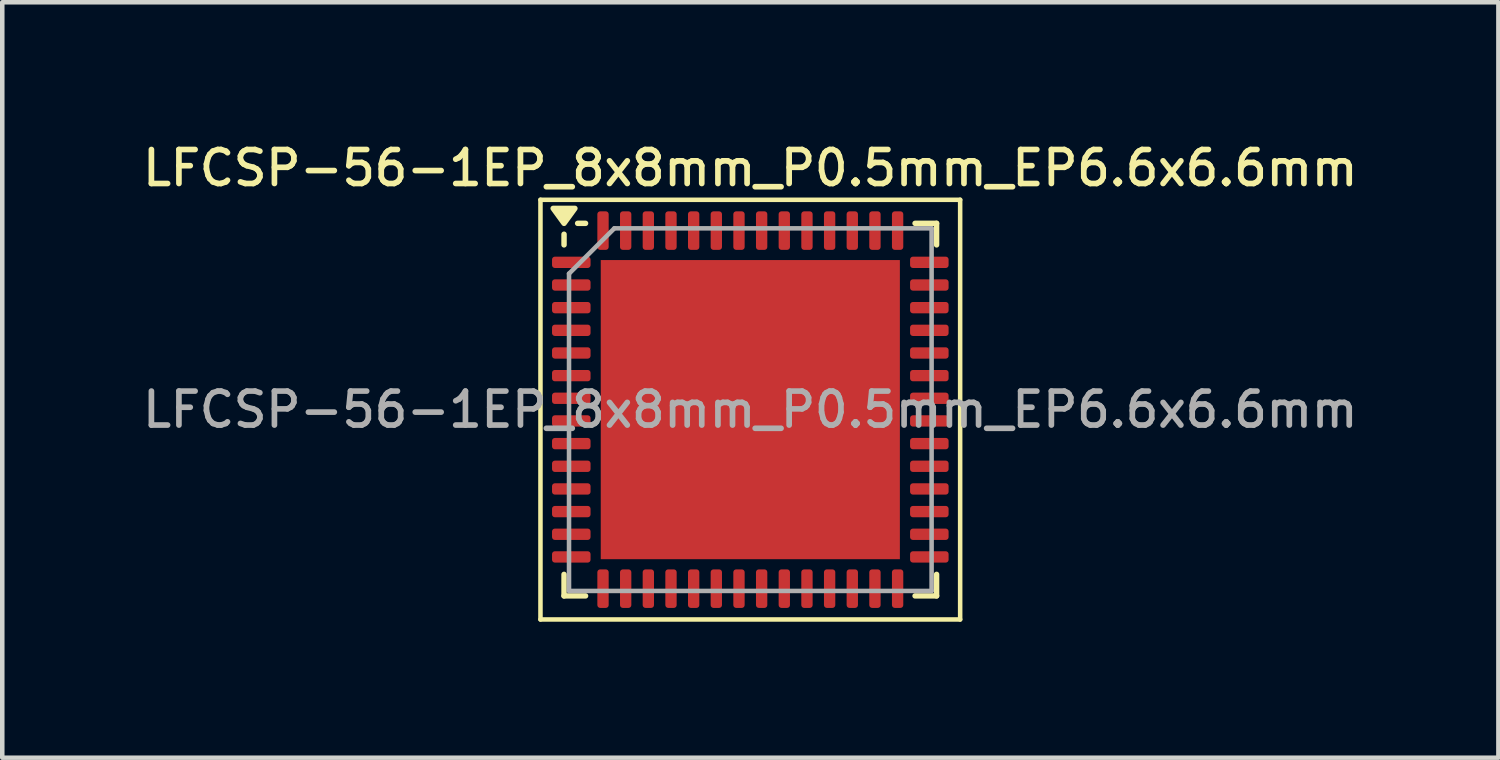
<source format=kicad_pcb>
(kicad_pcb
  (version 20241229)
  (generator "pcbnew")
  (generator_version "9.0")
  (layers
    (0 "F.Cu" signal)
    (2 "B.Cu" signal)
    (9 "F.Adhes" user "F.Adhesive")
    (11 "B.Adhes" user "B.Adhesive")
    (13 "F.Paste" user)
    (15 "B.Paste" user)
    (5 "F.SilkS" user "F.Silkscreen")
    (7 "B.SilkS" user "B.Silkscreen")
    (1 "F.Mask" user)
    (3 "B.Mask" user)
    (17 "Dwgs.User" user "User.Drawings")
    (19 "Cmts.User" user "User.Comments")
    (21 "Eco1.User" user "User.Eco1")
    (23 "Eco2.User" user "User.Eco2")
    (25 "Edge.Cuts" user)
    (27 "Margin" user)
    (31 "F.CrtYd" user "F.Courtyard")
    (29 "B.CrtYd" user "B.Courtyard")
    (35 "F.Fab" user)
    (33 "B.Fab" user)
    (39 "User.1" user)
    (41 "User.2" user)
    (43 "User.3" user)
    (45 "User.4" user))
  (footprint "LFCSP-56-1EP_8x8mm_P0.5mm_EP6.6x6.6mm"
    (layer "F.Cu")
    (at 13.505 5.988)
    (property "Reference" "LFCSP-56-1EP_8x8mm_P0.5mm_EP6.6x6.6mm" (at 0 -5.33 0) (layer "F.SilkS") (effects (font (size 0.75 0.75) (thickness 0.125))))
    (attr smd)
    (fp_line (start -4.63 -4.63) (end -4.63 4.63) (stroke (width 0.1) (type solid)) (layer "F.SilkS"))
    (fp_line (start -4.63 4.63) (end 4.63 4.63) (stroke (width 0.1) (type solid)) (layer "F.SilkS"))
    (fp_line (start -4.11 -3.635) (end -4.11 -3.87) (stroke (width 0.12) (type solid)) (layer "F.SilkS"))
    (fp_line (start -4.11 4.11) (end -4.11 3.635) (stroke (width 0.12) (type solid)) (layer "F.SilkS"))
    (fp_line (start -3.635 -4.11) (end -3.81 -4.11) (stroke (width 0.12) (type solid)) (layer "F.SilkS"))
    (fp_line (start -3.635 4.11) (end -4.11 4.11) (stroke (width 0.12) (type solid)) (layer "F.SilkS"))
    (fp_line (start 3.635 -4.11) (end 4.11 -4.11) (stroke (width 0.12) (type solid)) (layer "F.SilkS"))
    (fp_line (start 3.635 4.11) (end 4.11 4.11) (stroke (width 0.12) (type solid)) (layer "F.SilkS"))
    (fp_line (start 4.11 -4.11) (end 4.11 -3.635) (stroke (width 0.12) (type solid)) (layer "F.SilkS"))
    (fp_line (start 4.11 4.11) (end 4.11 3.635) (stroke (width 0.12) (type solid)) (layer "F.SilkS"))
    (fp_line (start 4.63 -4.63) (end -4.63 -4.63) (stroke (width 0.1) (type solid)) (layer "F.SilkS"))
    (fp_line (start 4.63 4.63) (end 4.63 -4.63) (stroke (width 0.1) (type solid)) (layer "F.SilkS"))
    (fp_poly (pts (xy -4.11 -4.11) (xy -4.35 -4.44) (xy -3.87 -4.44) (xy -4.11 -4.11)) (stroke (width 0.12) (type solid)) (fill yes) (layer "F.SilkS"))
    (fp_line (start -4 -3) (end -3 -4) (stroke (width 0.1) (type solid)) (layer "F.Fab"))
    (fp_line (start -4 4) (end -4 -3) (stroke (width 0.1) (type solid)) (layer "F.Fab"))
    (fp_line (start -3 -4) (end 4 -4) (stroke (width 0.1) (type solid)) (layer "F.Fab"))
    (fp_line (start 4 -4) (end 4 4) (stroke (width 0.1) (type solid)) (layer "F.Fab"))
    (fp_line (start 4 4) (end -4 4) (stroke (width 0.1) (type solid)) (layer "F.Fab"))
    (fp_text user "${REFERENCE}" (at 0 0 0) (layer "F.Fab") (effects (font (size 0.75 0.75) (thickness 0.125))))
    (pad "" smd roundrect (at -2.2 -2.2) (size 1.77 1.77) (layers "F.Paste") (roundrect_rratio 0.141))
    (pad "" smd roundrect (at -2.2 0) (size 1.77 1.77) (layers "F.Paste") (roundrect_rratio 0.141))
    (pad "" smd roundrect (at -2.2 2.2) (size 1.77 1.77) (layers "F.Paste") (roundrect_rratio 0.141))
    (pad "" smd roundrect (at 0 -2.2) (size 1.77 1.77) (layers "F.Paste") (roundrect_rratio 0.141))
    (pad "" smd roundrect (at 0 0) (size 1.77 1.77) (layers "F.Paste") (roundrect_rratio 0.141))
    (pad "" smd roundrect (at 0 2.2) (size 1.77 1.77) (layers "F.Paste") (roundrect_rratio 0.141))
    (pad "" smd roundrect (at 2.2 -2.2) (size 1.77 1.77) (layers "F.Paste") (roundrect_rratio 0.141))
    (pad "" smd roundrect (at 2.2 0) (size 1.77 1.77) (layers "F.Paste") (roundrect_rratio 0.141))
    (pad "" smd roundrect (at 2.2 2.2) (size 1.77 1.77) (layers "F.Paste") (roundrect_rratio 0.141))
    (pad "1" smd roundrect (at -3.95 -3.25) (size 0.85 0.25) (layers "F.Cu" "F.Mask" "F.Paste") (roundrect_rratio 0.25))
    (pad "2" smd roundrect (at -3.95 -2.75) (size 0.85 0.25) (layers "F.Cu" "F.Mask" "F.Paste") (roundrect_rratio 0.25))
    (pad "3" smd roundrect (at -3.95 -2.25) (size 0.85 0.25) (layers "F.Cu" "F.Mask" "F.Paste") (roundrect_rratio 0.25))
    (pad "4" smd roundrect (at -3.95 -1.75) (size 0.85 0.25) (layers "F.Cu" "F.Mask" "F.Paste") (roundrect_rratio 0.25))
    (pad "5" smd roundrect (at -3.95 -1.25) (size 0.85 0.25) (layers "F.Cu" "F.Mask" "F.Paste") (roundrect_rratio 0.25))
    (pad "6" smd roundrect (at -3.95 -0.75) (size 0.85 0.25) (layers "F.Cu" "F.Mask" "F.Paste") (roundrect_rratio 0.25))
    (pad "7" smd roundrect (at -3.95 -0.25) (size 0.85 0.25) (layers "F.Cu" "F.Mask" "F.Paste") (roundrect_rratio 0.25))
    (pad "8" smd roundrect (at -3.95 0.25) (size 0.85 0.25) (layers "F.Cu" "F.Mask" "F.Paste") (roundrect_rratio 0.25))
    (pad "9" smd roundrect (at -3.95 0.75) (size 0.85 0.25) (layers "F.Cu" "F.Mask" "F.Paste") (roundrect_rratio 0.25))
    (pad "10" smd roundrect (at -3.95 1.25) (size 0.85 0.25) (layers "F.Cu" "F.Mask" "F.Paste") (roundrect_rratio 0.25))
    (pad "11" smd roundrect (at -3.95 1.75) (size 0.85 0.25) (layers "F.Cu" "F.Mask" "F.Paste") (roundrect_rratio 0.25))
    (pad "12" smd roundrect (at -3.95 2.25) (size 0.85 0.25) (layers "F.Cu" "F.Mask" "F.Paste") (roundrect_rratio 0.25))
    (pad "13" smd roundrect (at -3.95 2.75) (size 0.85 0.25) (layers "F.Cu" "F.Mask" "F.Paste") (roundrect_rratio 0.25))
    (pad "14" smd roundrect (at -3.95 3.25) (size 0.85 0.25) (layers "F.Cu" "F.Mask" "F.Paste") (roundrect_rratio 0.25))
    (pad "15" smd roundrect (at -3.25 3.95) (size 0.25 0.85) (layers "F.Cu" "F.Mask" "F.Paste") (roundrect_rratio 0.25))
    (pad "16" smd roundrect (at -2.75 3.95) (size 0.25 0.85) (layers "F.Cu" "F.Mask" "F.Paste") (roundrect_rratio 0.25))
    (pad "17" smd roundrect (at -2.25 3.95) (size 0.25 0.85) (layers "F.Cu" "F.Mask" "F.Paste") (roundrect_rratio 0.25))
    (pad "18" smd roundrect (at -1.75 3.95) (size 0.25 0.85) (layers "F.Cu" "F.Mask" "F.Paste") (roundrect_rratio 0.25))
    (pad "19" smd roundrect (at -1.25 3.95) (size 0.25 0.85) (layers "F.Cu" "F.Mask" "F.Paste") (roundrect_rratio 0.25))
    (pad "20" smd roundrect (at -0.75 3.95) (size 0.25 0.85) (layers "F.Cu" "F.Mask" "F.Paste") (roundrect_rratio 0.25))
    (pad "21" smd roundrect (at -0.25 3.95) (size 0.25 0.85) (layers "F.Cu" "F.Mask" "F.Paste") (roundrect_rratio 0.25))
    (pad "22" smd roundrect (at 0.25 3.95) (size 0.25 0.85) (layers "F.Cu" "F.Mask" "F.Paste") (roundrect_rratio 0.25))
    (pad "23" smd roundrect (at 0.75 3.95) (size 0.25 0.85) (layers "F.Cu" "F.Mask" "F.Paste") (roundrect_rratio 0.25))
    (pad "24" smd roundrect (at 1.25 3.95) (size 0.25 0.85) (layers "F.Cu" "F.Mask" "F.Paste") (roundrect_rratio 0.25))
    (pad "25" smd roundrect (at 1.75 3.95) (size 0.25 0.85) (layers "F.Cu" "F.Mask" "F.Paste") (roundrect_rratio 0.25))
    (pad "26" smd roundrect (at 2.25 3.95) (size 0.25 0.85) (layers "F.Cu" "F.Mask" "F.Paste") (roundrect_rratio 0.25))
    (pad "27" smd roundrect (at 2.75 3.95) (size 0.25 0.85) (layers "F.Cu" "F.Mask" "F.Paste") (roundrect_rratio 0.25))
    (pad "28" smd roundrect (at 3.25 3.95) (size 0.25 0.85) (layers "F.Cu" "F.Mask" "F.Paste") (roundrect_rratio 0.25))
    (pad "29" smd roundrect (at 3.95 3.25) (size 0.85 0.25) (layers "F.Cu" "F.Mask" "F.Paste") (roundrect_rratio 0.25))
    (pad "30" smd roundrect (at 3.95 2.75) (size 0.85 0.25) (layers "F.Cu" "F.Mask" "F.Paste") (roundrect_rratio 0.25))
    (pad "31" smd roundrect (at 3.95 2.25) (size 0.85 0.25) (layers "F.Cu" "F.Mask" "F.Paste") (roundrect_rratio 0.25))
    (pad "32" smd roundrect (at 3.95 1.75) (size 0.85 0.25) (layers "F.Cu" "F.Mask" "F.Paste") (roundrect_rratio 0.25))
    (pad "33" smd roundrect (at 3.95 1.25) (size 0.85 0.25) (layers "F.Cu" "F.Mask" "F.Paste") (roundrect_rratio 0.25))
    (pad "34" smd roundrect (at 3.95 0.75) (size 0.85 0.25) (layers "F.Cu" "F.Mask" "F.Paste") (roundrect_rratio 0.25))
    (pad "35" smd roundrect (at 3.95 0.25) (size 0.85 0.25) (layers "F.Cu" "F.Mask" "F.Paste") (roundrect_rratio 0.25))
    (pad "36" smd roundrect (at 3.95 -0.25) (size 0.85 0.25) (layers "F.Cu" "F.Mask" "F.Paste") (roundrect_rratio 0.25))
    (pad "37" smd roundrect (at 3.95 -0.75) (size 0.85 0.25) (layers "F.Cu" "F.Mask" "F.Paste") (roundrect_rratio 0.25))
    (pad "38" smd roundrect (at 3.95 -1.25) (size 0.85 0.25) (layers "F.Cu" "F.Mask" "F.Paste") (roundrect_rratio 0.25))
    (pad "39" smd roundrect (at 3.95 -1.75) (size 0.85 0.25) (layers "F.Cu" "F.Mask" "F.Paste") (roundrect_rratio 0.25))
    (pad "40" smd roundrect (at 3.95 -2.25) (size 0.85 0.25) (layers "F.Cu" "F.Mask" "F.Paste") (roundrect_rratio 0.25))
    (pad "41" smd roundrect (at 3.95 -2.75) (size 0.85 0.25) (layers "F.Cu" "F.Mask" "F.Paste") (roundrect_rratio 0.25))
    (pad "42" smd roundrect (at 3.95 -3.25) (size 0.85 0.25) (layers "F.Cu" "F.Mask" "F.Paste") (roundrect_rratio 0.25))
    (pad "43" smd roundrect (at 3.25 -3.95) (size 0.25 0.85) (layers "F.Cu" "F.Mask" "F.Paste") (roundrect_rratio 0.25))
    (pad "44" smd roundrect (at 2.75 -3.95) (size 0.25 0.85) (layers "F.Cu" "F.Mask" "F.Paste") (roundrect_rratio 0.25))
    (pad "45" smd roundrect (at 2.25 -3.95) (size 0.25 0.85) (layers "F.Cu" "F.Mask" "F.Paste") (roundrect_rratio 0.25))
    (pad "46" smd roundrect (at 1.75 -3.95) (size 0.25 0.85) (layers "F.Cu" "F.Mask" "F.Paste") (roundrect_rratio 0.25))
    (pad "47" smd roundrect (at 1.25 -3.95) (size 0.25 0.85) (layers "F.Cu" "F.Mask" "F.Paste") (roundrect_rratio 0.25))
    (pad "48" smd roundrect (at 0.75 -3.95) (size 0.25 0.85) (layers "F.Cu" "F.Mask" "F.Paste") (roundrect_rratio 0.25))
    (pad "49" smd roundrect (at 0.25 -3.95) (size 0.25 0.85) (layers "F.Cu" "F.Mask" "F.Paste") (roundrect_rratio 0.25))
    (pad "50" smd roundrect (at -0.25 -3.95) (size 0.25 0.85) (layers "F.Cu" "F.Mask" "F.Paste") (roundrect_rratio 0.25))
    (pad "51" smd roundrect (at -0.75 -3.95) (size 0.25 0.85) (layers "F.Cu" "F.Mask" "F.Paste") (roundrect_rratio 0.25))
    (pad "52" smd roundrect (at -1.25 -3.95) (size 0.25 0.85) (layers "F.Cu" "F.Mask" "F.Paste") (roundrect_rratio 0.25))
    (pad "53" smd roundrect (at -1.75 -3.95) (size 0.25 0.85) (layers "F.Cu" "F.Mask" "F.Paste") (roundrect_rratio 0.25))
    (pad "54" smd roundrect (at -2.25 -3.95) (size 0.25 0.85) (layers "F.Cu" "F.Mask" "F.Paste") (roundrect_rratio 0.25))
    (pad "55" smd roundrect (at -2.75 -3.95) (size 0.25 0.85) (layers "F.Cu" "F.Mask" "F.Paste") (roundrect_rratio 0.25))
    (pad "56" smd roundrect (at -3.25 -3.95) (size 0.25 0.85) (layers "F.Cu" "F.Mask" "F.Paste") (roundrect_rratio 0.25))
    (pad "57" smd rect (at 0 0) (size 6.6 6.6) (property pad_prop_heatsink) (layers "F.Cu" "F.Mask")))
  (gr_rect
    (start -3 -3)
    (end 30.011 13.668)
    (stroke (width 0.1) (type default))
    (fill no)
    (layer "Edge.Cuts")))
</source>
